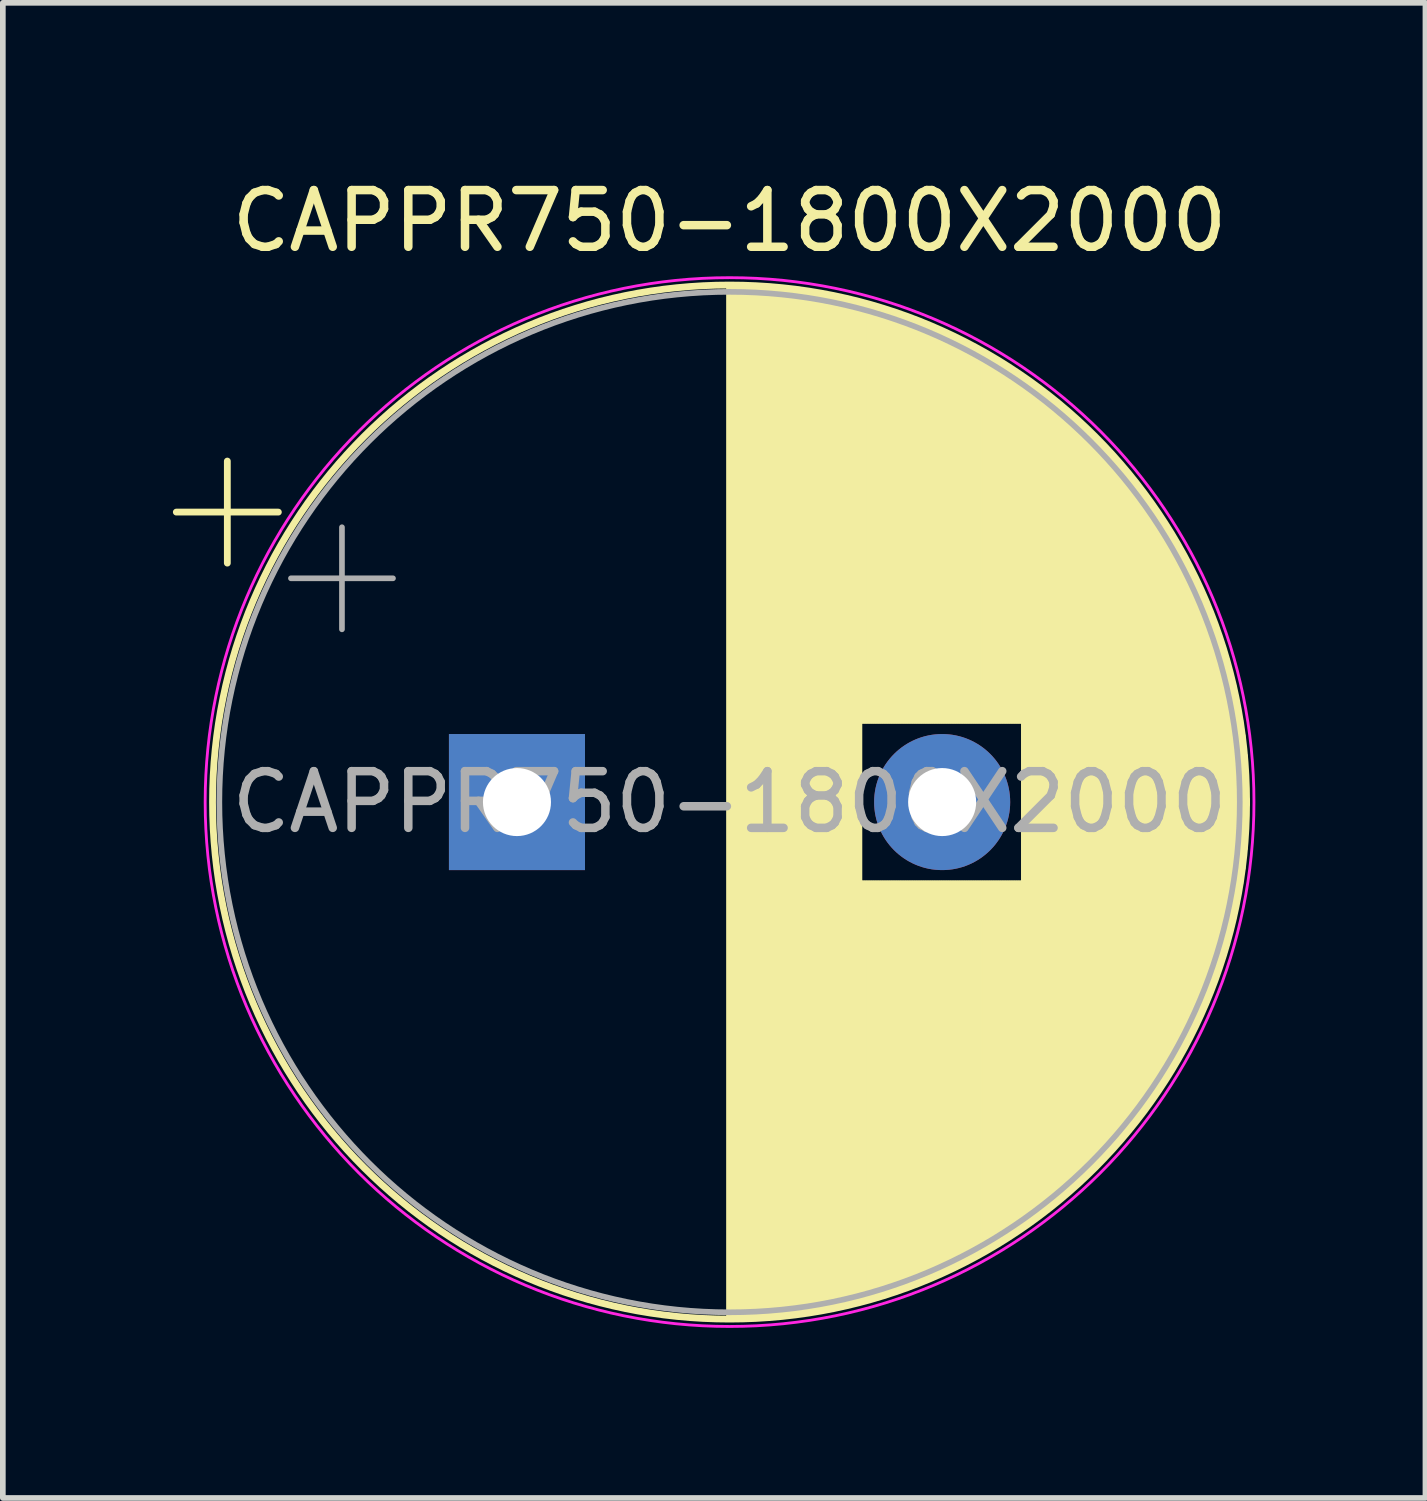
<source format=kicad_pcb>
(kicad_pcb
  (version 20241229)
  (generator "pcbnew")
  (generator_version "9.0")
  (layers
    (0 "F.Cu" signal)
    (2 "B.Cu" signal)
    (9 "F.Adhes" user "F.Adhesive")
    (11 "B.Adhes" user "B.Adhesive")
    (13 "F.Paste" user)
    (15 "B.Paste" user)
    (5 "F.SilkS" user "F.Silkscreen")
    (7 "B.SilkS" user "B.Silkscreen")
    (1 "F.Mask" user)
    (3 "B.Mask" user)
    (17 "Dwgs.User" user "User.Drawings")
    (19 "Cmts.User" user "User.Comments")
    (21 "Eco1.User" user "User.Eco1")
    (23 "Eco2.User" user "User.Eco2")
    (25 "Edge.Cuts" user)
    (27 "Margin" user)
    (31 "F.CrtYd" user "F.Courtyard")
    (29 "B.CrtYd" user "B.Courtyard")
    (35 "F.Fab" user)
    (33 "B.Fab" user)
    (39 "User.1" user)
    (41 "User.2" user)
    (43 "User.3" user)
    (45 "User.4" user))
  (footprint "CAPPR750-1800X2000"
    (layer "F.Cu")
    (at 6.069 11.098)
    (property "Reference" "CAPPR750-1800X2000" (at 3.75 -10.25 0) (layer "F.SilkS") (effects (font (size 1 1) (thickness 0.15))))
    (attr through_hole)
    (fp_line (start -6.009 -5.115) (end -4.209 -5.115) (stroke (width 0.12) (type solid)) (layer "F.SilkS"))
    (fp_line (start -5.109 -6.015) (end -5.109 -4.215) (stroke (width 0.12) (type solid)) (layer "F.SilkS"))
    (fp_line (start 3.75 -9.081) (end 3.75 9.081) (stroke (width 0.12) (type solid)) (layer "F.SilkS"))
    (fp_line (start 3.79 -9.08) (end 3.79 9.08) (stroke (width 0.12) (type solid)) (layer "F.SilkS"))
    (fp_line (start 3.83 -9.08) (end 3.83 9.08) (stroke (width 0.12) (type solid)) (layer "F.SilkS"))
    (fp_line (start 3.87 -9.08) (end 3.87 9.08) (stroke (width 0.12) (type solid)) (layer "F.SilkS"))
    (fp_line (start 3.91 -9.079) (end 3.91 9.079) (stroke (width 0.12) (type solid)) (layer "F.SilkS"))
    (fp_line (start 3.95 -9.078) (end 3.95 9.078) (stroke (width 0.12) (type solid)) (layer "F.SilkS"))
    (fp_line (start 3.99 -9.077) (end 3.99 9.077) (stroke (width 0.12) (type solid)) (layer "F.SilkS"))
    (fp_line (start 4.03 -9.076) (end 4.03 9.076) (stroke (width 0.12) (type solid)) (layer "F.SilkS"))
    (fp_line (start 4.07 -9.075) (end 4.07 9.075) (stroke (width 0.12) (type solid)) (layer "F.SilkS"))
    (fp_line (start 4.11 -9.073) (end 4.11 9.073) (stroke (width 0.12) (type solid)) (layer "F.SilkS"))
    (fp_line (start 4.15 -9.072) (end 4.15 9.072) (stroke (width 0.12) (type solid)) (layer "F.SilkS"))
    (fp_line (start 4.19 -9.07) (end 4.19 9.07) (stroke (width 0.12) (type solid)) (layer "F.SilkS"))
    (fp_line (start 4.23 -9.068) (end 4.23 9.068) (stroke (width 0.12) (type solid)) (layer "F.SilkS"))
    (fp_line (start 4.27 -9.066) (end 4.27 9.066) (stroke (width 0.12) (type solid)) (layer "F.SilkS"))
    (fp_line (start 4.31 -9.063) (end 4.31 9.063) (stroke (width 0.12) (type solid)) (layer "F.SilkS"))
    (fp_line (start 4.35 -9.061) (end 4.35 9.061) (stroke (width 0.12) (type solid)) (layer "F.SilkS"))
    (fp_line (start 4.39 -9.058) (end 4.39 9.058) (stroke (width 0.12) (type solid)) (layer "F.SilkS"))
    (fp_line (start 4.43 -9.055) (end 4.43 9.055) (stroke (width 0.12) (type solid)) (layer "F.SilkS"))
    (fp_line (start 4.471 -9.052) (end 4.471 9.052) (stroke (width 0.12) (type solid)) (layer "F.SilkS"))
    (fp_line (start 4.511 -9.049) (end 4.511 9.049) (stroke (width 0.12) (type solid)) (layer "F.SilkS"))
    (fp_line (start 4.551 -9.045) (end 4.551 9.045) (stroke (width 0.12) (type solid)) (layer "F.SilkS"))
    (fp_line (start 4.591 -9.042) (end 4.591 9.042) (stroke (width 0.12) (type solid)) (layer "F.SilkS"))
    (fp_line (start 4.631 -9.038) (end 4.631 9.038) (stroke (width 0.12) (type solid)) (layer "F.SilkS"))
    (fp_line (start 4.671 -9.034) (end 4.671 9.034) (stroke (width 0.12) (type solid)) (layer "F.SilkS"))
    (fp_line (start 4.711 -9.03) (end 4.711 9.03) (stroke (width 0.12) (type solid)) (layer "F.SilkS"))
    (fp_line (start 4.751 -9.026) (end 4.751 9.026) (stroke (width 0.12) (type solid)) (layer "F.SilkS"))
    (fp_line (start 4.791 -9.021) (end 4.791 9.021) (stroke (width 0.12) (type solid)) (layer "F.SilkS"))
    (fp_line (start 4.831 -9.016) (end 4.831 9.016) (stroke (width 0.12) (type solid)) (layer "F.SilkS"))
    (fp_line (start 4.871 -9.011) (end 4.871 9.011) (stroke (width 0.12) (type solid)) (layer "F.SilkS"))
    (fp_line (start 4.911 -9.006) (end 4.911 9.006) (stroke (width 0.12) (type solid)) (layer "F.SilkS"))
    (fp_line (start 4.951 -9.001) (end 4.951 9.001) (stroke (width 0.12) (type solid)) (layer "F.SilkS"))
    (fp_line (start 4.991 -8.996) (end 4.991 8.996) (stroke (width 0.12) (type solid)) (layer "F.SilkS"))
    (fp_line (start 5.031 -8.99) (end 5.031 8.99) (stroke (width 0.12) (type solid)) (layer "F.SilkS"))
    (fp_line (start 5.071 -8.984) (end 5.071 8.984) (stroke (width 0.12) (type solid)) (layer "F.SilkS"))
    (fp_line (start 5.111 -8.979) (end 5.111 8.979) (stroke (width 0.12) (type solid)) (layer "F.SilkS"))
    (fp_line (start 5.151 -8.972) (end 5.151 8.972) (stroke (width 0.12) (type solid)) (layer "F.SilkS"))
    (fp_line (start 5.191 -8.966) (end 5.191 8.966) (stroke (width 0.12) (type solid)) (layer "F.SilkS"))
    (fp_line (start 5.231 -8.96) (end 5.231 8.96) (stroke (width 0.12) (type solid)) (layer "F.SilkS"))
    (fp_line (start 5.271 -8.953) (end 5.271 8.953) (stroke (width 0.12) (type solid)) (layer "F.SilkS"))
    (fp_line (start 5.311 -8.946) (end 5.311 8.946) (stroke (width 0.12) (type solid)) (layer "F.SilkS"))
    (fp_line (start 5.351 -8.939) (end 5.351 8.939) (stroke (width 0.12) (type solid)) (layer "F.SilkS"))
    (fp_line (start 5.391 -8.932) (end 5.391 8.932) (stroke (width 0.12) (type solid)) (layer "F.SilkS"))
    (fp_line (start 5.431 -8.924) (end 5.431 8.924) (stroke (width 0.12) (type solid)) (layer "F.SilkS"))
    (fp_line (start 5.471 -8.917) (end 5.471 8.917) (stroke (width 0.12) (type solid)) (layer "F.SilkS"))
    (fp_line (start 5.511 -8.909) (end 5.511 8.909) (stroke (width 0.12) (type solid)) (layer "F.SilkS"))
    (fp_line (start 5.551 -8.901) (end 5.551 8.901) (stroke (width 0.12) (type solid)) (layer "F.SilkS"))
    (fp_line (start 5.591 -8.893) (end 5.591 8.893) (stroke (width 0.12) (type solid)) (layer "F.SilkS"))
    (fp_line (start 5.631 -8.885) (end 5.631 8.885) (stroke (width 0.12) (type solid)) (layer "F.SilkS"))
    (fp_line (start 5.671 -8.876) (end 5.671 8.876) (stroke (width 0.12) (type solid)) (layer "F.SilkS"))
    (fp_line (start 5.711 -8.867) (end 5.711 8.867) (stroke (width 0.12) (type solid)) (layer "F.SilkS"))
    (fp_line (start 5.751 -8.858) (end 5.751 8.858) (stroke (width 0.12) (type solid)) (layer "F.SilkS"))
    (fp_line (start 5.791 -8.849) (end 5.791 8.849) (stroke (width 0.12) (type solid)) (layer "F.SilkS"))
    (fp_line (start 5.831 -8.84) (end 5.831 8.84) (stroke (width 0.12) (type solid)) (layer "F.SilkS"))
    (fp_line (start 5.871 -8.831) (end 5.871 8.831) (stroke (width 0.12) (type solid)) (layer "F.SilkS"))
    (fp_line (start 5.911 -8.821) (end 5.911 8.821) (stroke (width 0.12) (type solid)) (layer "F.SilkS"))
    (fp_line (start 5.951 -8.811) (end 5.951 8.811) (stroke (width 0.12) (type solid)) (layer "F.SilkS"))
    (fp_line (start 5.991 -8.801) (end 5.991 8.801) (stroke (width 0.12) (type solid)) (layer "F.SilkS"))
    (fp_line (start 6.031 -8.791) (end 6.031 8.791) (stroke (width 0.12) (type solid)) (layer "F.SilkS"))
    (fp_line (start 6.071 -8.78) (end 6.071 -1.44) (stroke (width 0.12) (type solid)) (layer "F.SilkS"))
    (fp_line (start 6.071 1.44) (end 6.071 8.78) (stroke (width 0.12) (type solid)) (layer "F.SilkS"))
    (fp_line (start 6.111 -8.77) (end 6.111 -1.44) (stroke (width 0.12) (type solid)) (layer "F.SilkS"))
    (fp_line (start 6.111 1.44) (end 6.111 8.77) (stroke (width 0.12) (type solid)) (layer "F.SilkS"))
    (fp_line (start 6.151 -8.759) (end 6.151 -1.44) (stroke (width 0.12) (type solid)) (layer "F.SilkS"))
    (fp_line (start 6.151 1.44) (end 6.151 8.759) (stroke (width 0.12) (type solid)) (layer "F.SilkS"))
    (fp_line (start 6.191 -8.748) (end 6.191 -1.44) (stroke (width 0.12) (type solid)) (layer "F.SilkS"))
    (fp_line (start 6.191 1.44) (end 6.191 8.748) (stroke (width 0.12) (type solid)) (layer "F.SilkS"))
    (fp_line (start 6.231 -8.737) (end 6.231 -1.44) (stroke (width 0.12) (type solid)) (layer "F.SilkS"))
    (fp_line (start 6.231 1.44) (end 6.231 8.737) (stroke (width 0.12) (type solid)) (layer "F.SilkS"))
    (fp_line (start 6.271 -8.725) (end 6.271 -1.44) (stroke (width 0.12) (type solid)) (layer "F.SilkS"))
    (fp_line (start 6.271 1.44) (end 6.271 8.725) (stroke (width 0.12) (type solid)) (layer "F.SilkS"))
    (fp_line (start 6.311 -8.714) (end 6.311 -1.44) (stroke (width 0.12) (type solid)) (layer "F.SilkS"))
    (fp_line (start 6.311 1.44) (end 6.311 8.714) (stroke (width 0.12) (type solid)) (layer "F.SilkS"))
    (fp_line (start 6.351 -8.702) (end 6.351 -1.44) (stroke (width 0.12) (type solid)) (layer "F.SilkS"))
    (fp_line (start 6.351 1.44) (end 6.351 8.702) (stroke (width 0.12) (type solid)) (layer "F.SilkS"))
    (fp_line (start 6.391 -8.69) (end 6.391 -1.44) (stroke (width 0.12) (type solid)) (layer "F.SilkS"))
    (fp_line (start 6.391 1.44) (end 6.391 8.69) (stroke (width 0.12) (type solid)) (layer "F.SilkS"))
    (fp_line (start 6.431 -8.678) (end 6.431 -1.44) (stroke (width 0.12) (type solid)) (layer "F.SilkS"))
    (fp_line (start 6.431 1.44) (end 6.431 8.678) (stroke (width 0.12) (type solid)) (layer "F.SilkS"))
    (fp_line (start 6.471 -8.665) (end 6.471 -1.44) (stroke (width 0.12) (type solid)) (layer "F.SilkS"))
    (fp_line (start 6.471 1.44) (end 6.471 8.665) (stroke (width 0.12) (type solid)) (layer "F.SilkS"))
    (fp_line (start 6.511 -8.653) (end 6.511 -1.44) (stroke (width 0.12) (type solid)) (layer "F.SilkS"))
    (fp_line (start 6.511 1.44) (end 6.511 8.653) (stroke (width 0.12) (type solid)) (layer "F.SilkS"))
    (fp_line (start 6.551 -8.64) (end 6.551 -1.44) (stroke (width 0.12) (type solid)) (layer "F.SilkS"))
    (fp_line (start 6.551 1.44) (end 6.551 8.64) (stroke (width 0.12) (type solid)) (layer "F.SilkS"))
    (fp_line (start 6.591 -8.627) (end 6.591 -1.44) (stroke (width 0.12) (type solid)) (layer "F.SilkS"))
    (fp_line (start 6.591 1.44) (end 6.591 8.627) (stroke (width 0.12) (type solid)) (layer "F.SilkS"))
    (fp_line (start 6.631 -8.614) (end 6.631 -1.44) (stroke (width 0.12) (type solid)) (layer "F.SilkS"))
    (fp_line (start 6.631 1.44) (end 6.631 8.614) (stroke (width 0.12) (type solid)) (layer "F.SilkS"))
    (fp_line (start 6.671 -8.6) (end 6.671 -1.44) (stroke (width 0.12) (type solid)) (layer "F.SilkS"))
    (fp_line (start 6.671 1.44) (end 6.671 8.6) (stroke (width 0.12) (type solid)) (layer "F.SilkS"))
    (fp_line (start 6.711 -8.587) (end 6.711 -1.44) (stroke (width 0.12) (type solid)) (layer "F.SilkS"))
    (fp_line (start 6.711 1.44) (end 6.711 8.587) (stroke (width 0.12) (type solid)) (layer "F.SilkS"))
    (fp_line (start 6.751 -8.573) (end 6.751 -1.44) (stroke (width 0.12) (type solid)) (layer "F.SilkS"))
    (fp_line (start 6.751 1.44) (end 6.751 8.573) (stroke (width 0.12) (type solid)) (layer "F.SilkS"))
    (fp_line (start 6.791 -8.559) (end 6.791 -1.44) (stroke (width 0.12) (type solid)) (layer "F.SilkS"))
    (fp_line (start 6.791 1.44) (end 6.791 8.559) (stroke (width 0.12) (type solid)) (layer "F.SilkS"))
    (fp_line (start 6.831 -8.545) (end 6.831 -1.44) (stroke (width 0.12) (type solid)) (layer "F.SilkS"))
    (fp_line (start 6.831 1.44) (end 6.831 8.545) (stroke (width 0.12) (type solid)) (layer "F.SilkS"))
    (fp_line (start 6.871 -8.53) (end 6.871 -1.44) (stroke (width 0.12) (type solid)) (layer "F.SilkS"))
    (fp_line (start 6.871 1.44) (end 6.871 8.53) (stroke (width 0.12) (type solid)) (layer "F.SilkS"))
    (fp_line (start 6.911 -8.516) (end 6.911 -1.44) (stroke (width 0.12) (type solid)) (layer "F.SilkS"))
    (fp_line (start 6.911 1.44) (end 6.911 8.516) (stroke (width 0.12) (type solid)) (layer "F.SilkS"))
    (fp_line (start 6.951 -8.501) (end 6.951 -1.44) (stroke (width 0.12) (type solid)) (layer "F.SilkS"))
    (fp_line (start 6.951 1.44) (end 6.951 8.501) (stroke (width 0.12) (type solid)) (layer "F.SilkS"))
    (fp_line (start 6.991 -8.486) (end 6.991 -1.44) (stroke (width 0.12) (type solid)) (layer "F.SilkS"))
    (fp_line (start 6.991 1.44) (end 6.991 8.486) (stroke (width 0.12) (type solid)) (layer "F.SilkS"))
    (fp_line (start 7.031 -8.47) (end 7.031 -1.44) (stroke (width 0.12) (type solid)) (layer "F.SilkS"))
    (fp_line (start 7.031 1.44) (end 7.031 8.47) (stroke (width 0.12) (type solid)) (layer "F.SilkS"))
    (fp_line (start 7.071 -8.455) (end 7.071 -1.44) (stroke (width 0.12) (type solid)) (layer "F.SilkS"))
    (fp_line (start 7.071 1.44) (end 7.071 8.455) (stroke (width 0.12) (type solid)) (layer "F.SilkS"))
    (fp_line (start 7.111 -8.439) (end 7.111 -1.44) (stroke (width 0.12) (type solid)) (layer "F.SilkS"))
    (fp_line (start 7.111 1.44) (end 7.111 8.439) (stroke (width 0.12) (type solid)) (layer "F.SilkS"))
    (fp_line (start 7.151 -8.423) (end 7.151 -1.44) (stroke (width 0.12) (type solid)) (layer "F.SilkS"))
    (fp_line (start 7.151 1.44) (end 7.151 8.423) (stroke (width 0.12) (type solid)) (layer "F.SilkS"))
    (fp_line (start 7.191 -8.407) (end 7.191 -1.44) (stroke (width 0.12) (type solid)) (layer "F.SilkS"))
    (fp_line (start 7.191 1.44) (end 7.191 8.407) (stroke (width 0.12) (type solid)) (layer "F.SilkS"))
    (fp_line (start 7.231 -8.39) (end 7.231 -1.44) (stroke (width 0.12) (type solid)) (layer "F.SilkS"))
    (fp_line (start 7.231 1.44) (end 7.231 8.39) (stroke (width 0.12) (type solid)) (layer "F.SilkS"))
    (fp_line (start 7.271 -8.374) (end 7.271 -1.44) (stroke (width 0.12) (type solid)) (layer "F.SilkS"))
    (fp_line (start 7.271 1.44) (end 7.271 8.374) (stroke (width 0.12) (type solid)) (layer "F.SilkS"))
    (fp_line (start 7.311 -8.357) (end 7.311 -1.44) (stroke (width 0.12) (type solid)) (layer "F.SilkS"))
    (fp_line (start 7.311 1.44) (end 7.311 8.357) (stroke (width 0.12) (type solid)) (layer "F.SilkS"))
    (fp_line (start 7.351 -8.34) (end 7.351 -1.44) (stroke (width 0.12) (type solid)) (layer "F.SilkS"))
    (fp_line (start 7.351 1.44) (end 7.351 8.34) (stroke (width 0.12) (type solid)) (layer "F.SilkS"))
    (fp_line (start 7.391 -8.323) (end 7.391 -1.44) (stroke (width 0.12) (type solid)) (layer "F.SilkS"))
    (fp_line (start 7.391 1.44) (end 7.391 8.323) (stroke (width 0.12) (type solid)) (layer "F.SilkS"))
    (fp_line (start 7.431 -8.305) (end 7.431 -1.44) (stroke (width 0.12) (type solid)) (layer "F.SilkS"))
    (fp_line (start 7.431 1.44) (end 7.431 8.305) (stroke (width 0.12) (type solid)) (layer "F.SilkS"))
    (fp_line (start 7.471 -8.287) (end 7.471 -1.44) (stroke (width 0.12) (type solid)) (layer "F.SilkS"))
    (fp_line (start 7.471 1.44) (end 7.471 8.287) (stroke (width 0.12) (type solid)) (layer "F.SilkS"))
    (fp_line (start 7.511 -8.269) (end 7.511 -1.44) (stroke (width 0.12) (type solid)) (layer "F.SilkS"))
    (fp_line (start 7.511 1.44) (end 7.511 8.269) (stroke (width 0.12) (type solid)) (layer "F.SilkS"))
    (fp_line (start 7.551 -8.251) (end 7.551 -1.44) (stroke (width 0.12) (type solid)) (layer "F.SilkS"))
    (fp_line (start 7.551 1.44) (end 7.551 8.251) (stroke (width 0.12) (type solid)) (layer "F.SilkS"))
    (fp_line (start 7.591 -8.233) (end 7.591 -1.44) (stroke (width 0.12) (type solid)) (layer "F.SilkS"))
    (fp_line (start 7.591 1.44) (end 7.591 8.233) (stroke (width 0.12) (type solid)) (layer "F.SilkS"))
    (fp_line (start 7.631 -8.214) (end 7.631 -1.44) (stroke (width 0.12) (type solid)) (layer "F.SilkS"))
    (fp_line (start 7.631 1.44) (end 7.631 8.214) (stroke (width 0.12) (type solid)) (layer "F.SilkS"))
    (fp_line (start 7.671 -8.195) (end 7.671 -1.44) (stroke (width 0.12) (type solid)) (layer "F.SilkS"))
    (fp_line (start 7.671 1.44) (end 7.671 8.195) (stroke (width 0.12) (type solid)) (layer "F.SilkS"))
    (fp_line (start 7.711 -8.176) (end 7.711 -1.44) (stroke (width 0.12) (type solid)) (layer "F.SilkS"))
    (fp_line (start 7.711 1.44) (end 7.711 8.176) (stroke (width 0.12) (type solid)) (layer "F.SilkS"))
    (fp_line (start 7.751 -8.156) (end 7.751 -1.44) (stroke (width 0.12) (type solid)) (layer "F.SilkS"))
    (fp_line (start 7.751 1.44) (end 7.751 8.156) (stroke (width 0.12) (type solid)) (layer "F.SilkS"))
    (fp_line (start 7.791 -8.137) (end 7.791 -1.44) (stroke (width 0.12) (type solid)) (layer "F.SilkS"))
    (fp_line (start 7.791 1.44) (end 7.791 8.137) (stroke (width 0.12) (type solid)) (layer "F.SilkS"))
    (fp_line (start 7.831 -8.117) (end 7.831 -1.44) (stroke (width 0.12) (type solid)) (layer "F.SilkS"))
    (fp_line (start 7.831 1.44) (end 7.831 8.117) (stroke (width 0.12) (type solid)) (layer "F.SilkS"))
    (fp_line (start 7.871 -8.097) (end 7.871 -1.44) (stroke (width 0.12) (type solid)) (layer "F.SilkS"))
    (fp_line (start 7.871 1.44) (end 7.871 8.097) (stroke (width 0.12) (type solid)) (layer "F.SilkS"))
    (fp_line (start 7.911 -8.076) (end 7.911 -1.44) (stroke (width 0.12) (type solid)) (layer "F.SilkS"))
    (fp_line (start 7.911 1.44) (end 7.911 8.076) (stroke (width 0.12) (type solid)) (layer "F.SilkS"))
    (fp_line (start 7.951 -8.056) (end 7.951 -1.44) (stroke (width 0.12) (type solid)) (layer "F.SilkS"))
    (fp_line (start 7.951 1.44) (end 7.951 8.056) (stroke (width 0.12) (type solid)) (layer "F.SilkS"))
    (fp_line (start 7.991 -8.035) (end 7.991 -1.44) (stroke (width 0.12) (type solid)) (layer "F.SilkS"))
    (fp_line (start 7.991 1.44) (end 7.991 8.035) (stroke (width 0.12) (type solid)) (layer "F.SilkS"))
    (fp_line (start 8.031 -8.014) (end 8.031 -1.44) (stroke (width 0.12) (type solid)) (layer "F.SilkS"))
    (fp_line (start 8.031 1.44) (end 8.031 8.014) (stroke (width 0.12) (type solid)) (layer "F.SilkS"))
    (fp_line (start 8.071 -7.992) (end 8.071 -1.44) (stroke (width 0.12) (type solid)) (layer "F.SilkS"))
    (fp_line (start 8.071 1.44) (end 8.071 7.992) (stroke (width 0.12) (type solid)) (layer "F.SilkS"))
    (fp_line (start 8.111 -7.971) (end 8.111 -1.44) (stroke (width 0.12) (type solid)) (layer "F.SilkS"))
    (fp_line (start 8.111 1.44) (end 8.111 7.971) (stroke (width 0.12) (type solid)) (layer "F.SilkS"))
    (fp_line (start 8.151 -7.949) (end 8.151 -1.44) (stroke (width 0.12) (type solid)) (layer "F.SilkS"))
    (fp_line (start 8.151 1.44) (end 8.151 7.949) (stroke (width 0.12) (type solid)) (layer "F.SilkS"))
    (fp_line (start 8.191 -7.927) (end 8.191 -1.44) (stroke (width 0.12) (type solid)) (layer "F.SilkS"))
    (fp_line (start 8.191 1.44) (end 8.191 7.927) (stroke (width 0.12) (type solid)) (layer "F.SilkS"))
    (fp_line (start 8.231 -7.904) (end 8.231 -1.44) (stroke (width 0.12) (type solid)) (layer "F.SilkS"))
    (fp_line (start 8.231 1.44) (end 8.231 7.904) (stroke (width 0.12) (type solid)) (layer "F.SilkS"))
    (fp_line (start 8.271 -7.882) (end 8.271 -1.44) (stroke (width 0.12) (type solid)) (layer "F.SilkS"))
    (fp_line (start 8.271 1.44) (end 8.271 7.882) (stroke (width 0.12) (type solid)) (layer "F.SilkS"))
    (fp_line (start 8.311 -7.859) (end 8.311 -1.44) (stroke (width 0.12) (type solid)) (layer "F.SilkS"))
    (fp_line (start 8.311 1.44) (end 8.311 7.859) (stroke (width 0.12) (type solid)) (layer "F.SilkS"))
    (fp_line (start 8.351 -7.835) (end 8.351 -1.44) (stroke (width 0.12) (type solid)) (layer "F.SilkS"))
    (fp_line (start 8.351 1.44) (end 8.351 7.835) (stroke (width 0.12) (type solid)) (layer "F.SilkS"))
    (fp_line (start 8.391 -7.812) (end 8.391 -1.44) (stroke (width 0.12) (type solid)) (layer "F.SilkS"))
    (fp_line (start 8.391 1.44) (end 8.391 7.812) (stroke (width 0.12) (type solid)) (layer "F.SilkS"))
    (fp_line (start 8.431 -7.788) (end 8.431 -1.44) (stroke (width 0.12) (type solid)) (layer "F.SilkS"))
    (fp_line (start 8.431 1.44) (end 8.431 7.788) (stroke (width 0.12) (type solid)) (layer "F.SilkS"))
    (fp_line (start 8.471 -7.764) (end 8.471 -1.44) (stroke (width 0.12) (type solid)) (layer "F.SilkS"))
    (fp_line (start 8.471 1.44) (end 8.471 7.764) (stroke (width 0.12) (type solid)) (layer "F.SilkS"))
    (fp_line (start 8.511 -7.74) (end 8.511 -1.44) (stroke (width 0.12) (type solid)) (layer "F.SilkS"))
    (fp_line (start 8.511 1.44) (end 8.511 7.74) (stroke (width 0.12) (type solid)) (layer "F.SilkS"))
    (fp_line (start 8.551 -7.715) (end 8.551 -1.44) (stroke (width 0.12) (type solid)) (layer "F.SilkS"))
    (fp_line (start 8.551 1.44) (end 8.551 7.715) (stroke (width 0.12) (type solid)) (layer "F.SilkS"))
    (fp_line (start 8.591 -7.69) (end 8.591 -1.44) (stroke (width 0.12) (type solid)) (layer "F.SilkS"))
    (fp_line (start 8.591 1.44) (end 8.591 7.69) (stroke (width 0.12) (type solid)) (layer "F.SilkS"))
    (fp_line (start 8.631 -7.665) (end 8.631 -1.44) (stroke (width 0.12) (type solid)) (layer "F.SilkS"))
    (fp_line (start 8.631 1.44) (end 8.631 7.665) (stroke (width 0.12) (type solid)) (layer "F.SilkS"))
    (fp_line (start 8.671 -7.64) (end 8.671 -1.44) (stroke (width 0.12) (type solid)) (layer "F.SilkS"))
    (fp_line (start 8.671 1.44) (end 8.671 7.64) (stroke (width 0.12) (type solid)) (layer "F.SilkS"))
    (fp_line (start 8.711 -7.614) (end 8.711 -1.44) (stroke (width 0.12) (type solid)) (layer "F.SilkS"))
    (fp_line (start 8.711 1.44) (end 8.711 7.614) (stroke (width 0.12) (type solid)) (layer "F.SilkS"))
    (fp_line (start 8.751 -7.588) (end 8.751 -1.44) (stroke (width 0.12) (type solid)) (layer "F.SilkS"))
    (fp_line (start 8.751 1.44) (end 8.751 7.588) (stroke (width 0.12) (type solid)) (layer "F.SilkS"))
    (fp_line (start 8.791 -7.561) (end 8.791 -1.44) (stroke (width 0.12) (type solid)) (layer "F.SilkS"))
    (fp_line (start 8.791 1.44) (end 8.791 7.561) (stroke (width 0.12) (type solid)) (layer "F.SilkS"))
    (fp_line (start 8.831 -7.535) (end 8.831 -1.44) (stroke (width 0.12) (type solid)) (layer "F.SilkS"))
    (fp_line (start 8.831 1.44) (end 8.831 7.535) (stroke (width 0.12) (type solid)) (layer "F.SilkS"))
    (fp_line (start 8.871 -7.508) (end 8.871 -1.44) (stroke (width 0.12) (type solid)) (layer "F.SilkS"))
    (fp_line (start 8.871 1.44) (end 8.871 7.508) (stroke (width 0.12) (type solid)) (layer "F.SilkS"))
    (fp_line (start 8.911 -7.48) (end 8.911 -1.44) (stroke (width 0.12) (type solid)) (layer "F.SilkS"))
    (fp_line (start 8.911 1.44) (end 8.911 7.48) (stroke (width 0.12) (type solid)) (layer "F.SilkS"))
    (fp_line (start 8.951 -7.453) (end 8.951 7.453) (stroke (width 0.12) (type solid)) (layer "F.SilkS"))
    (fp_line (start 8.991 -7.425) (end 8.991 7.425) (stroke (width 0.12) (type solid)) (layer "F.SilkS"))
    (fp_line (start 9.031 -7.397) (end 9.031 7.397) (stroke (width 0.12) (type solid)) (layer "F.SilkS"))
    (fp_line (start 9.071 -7.368) (end 9.071 7.368) (stroke (width 0.12) (type solid)) (layer "F.SilkS"))
    (fp_line (start 9.111 -7.339) (end 9.111 7.339) (stroke (width 0.12) (type solid)) (layer "F.SilkS"))
    (fp_line (start 9.151 -7.31) (end 9.151 7.31) (stroke (width 0.12) (type solid)) (layer "F.SilkS"))
    (fp_line (start 9.191 -7.28) (end 9.191 7.28) (stroke (width 0.12) (type solid)) (layer "F.SilkS"))
    (fp_line (start 9.231 -7.25) (end 9.231 7.25) (stroke (width 0.12) (type solid)) (layer "F.SilkS"))
    (fp_line (start 9.271 -7.22) (end 9.271 7.22) (stroke (width 0.12) (type solid)) (layer "F.SilkS"))
    (fp_line (start 9.311 -7.19) (end 9.311 7.19) (stroke (width 0.12) (type solid)) (layer "F.SilkS"))
    (fp_line (start 9.351 -7.159) (end 9.351 7.159) (stroke (width 0.12) (type solid)) (layer "F.SilkS"))
    (fp_line (start 9.391 -7.127) (end 9.391 7.127) (stroke (width 0.12) (type solid)) (layer "F.SilkS"))
    (fp_line (start 9.431 -7.096) (end 9.431 7.096) (stroke (width 0.12) (type solid)) (layer "F.SilkS"))
    (fp_line (start 9.471 -7.064) (end 9.471 7.064) (stroke (width 0.12) (type solid)) (layer "F.SilkS"))
    (fp_line (start 9.511 -7.031) (end 9.511 7.031) (stroke (width 0.12) (type solid)) (layer "F.SilkS"))
    (fp_line (start 9.551 -6.999) (end 9.551 6.999) (stroke (width 0.12) (type solid)) (layer "F.SilkS"))
    (fp_line (start 9.591 -6.965) (end 9.591 6.965) (stroke (width 0.12) (type solid)) (layer "F.SilkS"))
    (fp_line (start 9.631 -6.932) (end 9.631 6.932) (stroke (width 0.12) (type solid)) (layer "F.SilkS"))
    (fp_line (start 9.671 -6.898) (end 9.671 6.898) (stroke (width 0.12) (type solid)) (layer "F.SilkS"))
    (fp_line (start 9.711 -6.864) (end 9.711 6.864) (stroke (width 0.12) (type solid)) (layer "F.SilkS"))
    (fp_line (start 9.751 -6.829) (end 9.751 6.829) (stroke (width 0.12) (type solid)) (layer "F.SilkS"))
    (fp_line (start 9.791 -6.794) (end 9.791 6.794) (stroke (width 0.12) (type solid)) (layer "F.SilkS"))
    (fp_line (start 9.831 -6.758) (end 9.831 6.758) (stroke (width 0.12) (type solid)) (layer "F.SilkS"))
    (fp_line (start 9.871 -6.722) (end 9.871 6.722) (stroke (width 0.12) (type solid)) (layer "F.SilkS"))
    (fp_line (start 9.911 -6.686) (end 9.911 6.686) (stroke (width 0.12) (type solid)) (layer "F.SilkS"))
    (fp_line (start 9.951 -6.649) (end 9.951 6.649) (stroke (width 0.12) (type solid)) (layer "F.SilkS"))
    (fp_line (start 9.991 -6.612) (end 9.991 6.612) (stroke (width 0.12) (type solid)) (layer "F.SilkS"))
    (fp_line (start 10.031 -6.574) (end 10.031 6.574) (stroke (width 0.12) (type solid)) (layer "F.SilkS"))
    (fp_line (start 10.071 -6.536) (end 10.071 6.536) (stroke (width 0.12) (type solid)) (layer "F.SilkS"))
    (fp_line (start 10.111 -6.497) (end 10.111 6.497) (stroke (width 0.12) (type solid)) (layer "F.SilkS"))
    (fp_line (start 10.151 -6.458) (end 10.151 6.458) (stroke (width 0.12) (type solid)) (layer "F.SilkS"))
    (fp_line (start 10.191 -6.418) (end 10.191 6.418) (stroke (width 0.12) (type solid)) (layer "F.SilkS"))
    (fp_line (start 10.231 -6.378) (end 10.231 6.378) (stroke (width 0.12) (type solid)) (layer "F.SilkS"))
    (fp_line (start 10.271 -6.337) (end 10.271 6.337) (stroke (width 0.12) (type solid)) (layer "F.SilkS"))
    (fp_line (start 10.311 -6.296) (end 10.311 6.296) (stroke (width 0.12) (type solid)) (layer "F.SilkS"))
    (fp_line (start 10.351 -6.254) (end 10.351 6.254) (stroke (width 0.12) (type solid)) (layer "F.SilkS"))
    (fp_line (start 10.391 -6.212) (end 10.391 6.212) (stroke (width 0.12) (type solid)) (layer "F.SilkS"))
    (fp_line (start 10.431 -6.17) (end 10.431 6.17) (stroke (width 0.12) (type solid)) (layer "F.SilkS"))
    (fp_line (start 10.471 -6.126) (end 10.471 6.126) (stroke (width 0.12) (type solid)) (layer "F.SilkS"))
    (fp_line (start 10.511 -6.082) (end 10.511 6.082) (stroke (width 0.12) (type solid)) (layer "F.SilkS"))
    (fp_line (start 10.551 -6.038) (end 10.551 6.038) (stroke (width 0.12) (type solid)) (layer "F.SilkS"))
    (fp_line (start 10.591 -5.993) (end 10.591 5.993) (stroke (width 0.12) (type solid)) (layer "F.SilkS"))
    (fp_line (start 10.631 -5.947) (end 10.631 5.947) (stroke (width 0.12) (type solid)) (layer "F.SilkS"))
    (fp_line (start 10.671 -5.901) (end 10.671 5.901) (stroke (width 0.12) (type solid)) (layer "F.SilkS"))
    (fp_line (start 10.711 -5.854) (end 10.711 5.854) (stroke (width 0.12) (type solid)) (layer "F.SilkS"))
    (fp_line (start 10.751 -5.806) (end 10.751 5.806) (stroke (width 0.12) (type solid)) (layer "F.SilkS"))
    (fp_line (start 10.791 -5.758) (end 10.791 5.758) (stroke (width 0.12) (type solid)) (layer "F.SilkS"))
    (fp_line (start 10.831 -5.709) (end 10.831 5.709) (stroke (width 0.12) (type solid)) (layer "F.SilkS"))
    (fp_line (start 10.871 -5.66) (end 10.871 5.66) (stroke (width 0.12) (type solid)) (layer "F.SilkS"))
    (fp_line (start 10.911 -5.609) (end 10.911 5.609) (stroke (width 0.12) (type solid)) (layer "F.SilkS"))
    (fp_line (start 10.951 -5.558) (end 10.951 5.558) (stroke (width 0.12) (type solid)) (layer "F.SilkS"))
    (fp_line (start 10.991 -5.506) (end 10.991 5.506) (stroke (width 0.12) (type solid)) (layer "F.SilkS"))
    (fp_line (start 11.031 -5.454) (end 11.031 5.454) (stroke (width 0.12) (type solid)) (layer "F.SilkS"))
    (fp_line (start 11.071 -5.4) (end 11.071 5.4) (stroke (width 0.12) (type solid)) (layer "F.SilkS"))
    (fp_line (start 11.111 -5.346) (end 11.111 5.346) (stroke (width 0.12) (type solid)) (layer "F.SilkS"))
    (fp_line (start 11.151 -5.291) (end 11.151 5.291) (stroke (width 0.12) (type solid)) (layer "F.SilkS"))
    (fp_line (start 11.191 -5.235) (end 11.191 5.235) (stroke (width 0.12) (type solid)) (layer "F.SilkS"))
    (fp_line (start 11.231 -5.178) (end 11.231 5.178) (stroke (width 0.12) (type solid)) (layer "F.SilkS"))
    (fp_line (start 11.271 -5.12) (end 11.271 5.12) (stroke (width 0.12) (type solid)) (layer "F.SilkS"))
    (fp_line (start 11.311 -5.062) (end 11.311 5.062) (stroke (width 0.12) (type solid)) (layer "F.SilkS"))
    (fp_line (start 11.351 -5.002) (end 11.351 5.002) (stroke (width 0.12) (type solid)) (layer "F.SilkS"))
    (fp_line (start 11.391 -4.941) (end 11.391 4.941) (stroke (width 0.12) (type solid)) (layer "F.SilkS"))
    (fp_line (start 11.431 -4.879) (end 11.431 4.879) (stroke (width 0.12) (type solid)) (layer "F.SilkS"))
    (fp_line (start 11.471 -4.816) (end 11.471 4.816) (stroke (width 0.12) (type solid)) (layer "F.SilkS"))
    (fp_line (start 11.511 -4.752) (end 11.511 4.752) (stroke (width 0.12) (type solid)) (layer "F.SilkS"))
    (fp_line (start 11.551 -4.686) (end 11.551 4.686) (stroke (width 0.12) (type solid)) (layer "F.SilkS"))
    (fp_line (start 11.591 -4.62) (end 11.591 4.62) (stroke (width 0.12) (type solid)) (layer "F.SilkS"))
    (fp_line (start 11.631 -4.552) (end 11.631 4.552) (stroke (width 0.12) (type solid)) (layer "F.SilkS"))
    (fp_line (start 11.671 -4.482) (end 11.671 4.482) (stroke (width 0.12) (type solid)) (layer "F.SilkS"))
    (fp_line (start 11.711 -4.412) (end 11.711 4.412) (stroke (width 0.12) (type solid)) (layer "F.SilkS"))
    (fp_line (start 11.751 -4.339) (end 11.751 4.339) (stroke (width 0.12) (type solid)) (layer "F.SilkS"))
    (fp_line (start 11.791 -4.265) (end 11.791 4.265) (stroke (width 0.12) (type solid)) (layer "F.SilkS"))
    (fp_line (start 11.831 -4.19) (end 11.831 4.19) (stroke (width 0.12) (type solid)) (layer "F.SilkS"))
    (fp_line (start 11.871 -4.113) (end 11.871 4.113) (stroke (width 0.12) (type solid)) (layer "F.SilkS"))
    (fp_line (start 11.911 -4.033) (end 11.911 4.033) (stroke (width 0.12) (type solid)) (layer "F.SilkS"))
    (fp_line (start 11.95 -3.952) (end 11.95 3.952) (stroke (width 0.12) (type solid)) (layer "F.SilkS"))
    (fp_line (start 11.99 -3.869) (end 11.99 3.869) (stroke (width 0.12) (type solid)) (layer "F.SilkS"))
    (fp_line (start 12.03 -3.784) (end 12.03 3.784) (stroke (width 0.12) (type solid)) (layer "F.SilkS"))
    (fp_line (start 12.07 -3.696) (end 12.07 3.696) (stroke (width 0.12) (type solid)) (layer "F.SilkS"))
    (fp_line (start 12.11 -3.605) (end 12.11 3.605) (stroke (width 0.12) (type solid)) (layer "F.SilkS"))
    (fp_line (start 12.15 -3.512) (end 12.15 3.512) (stroke (width 0.12) (type solid)) (layer "F.SilkS"))
    (fp_line (start 12.19 -3.416) (end 12.19 3.416) (stroke (width 0.12) (type solid)) (layer "F.SilkS"))
    (fp_line (start 12.23 -3.317) (end 12.23 3.317) (stroke (width 0.12) (type solid)) (layer "F.SilkS"))
    (fp_line (start 12.27 -3.214) (end 12.27 3.214) (stroke (width 0.12) (type solid)) (layer "F.SilkS"))
    (fp_line (start 12.31 -3.107) (end 12.31 3.107) (stroke (width 0.12) (type solid)) (layer "F.SilkS"))
    (fp_line (start 12.35 -2.996) (end 12.35 2.996) (stroke (width 0.12) (type solid)) (layer "F.SilkS"))
    (fp_line (start 12.39 -2.88) (end 12.39 2.88) (stroke (width 0.12) (type solid)) (layer "F.SilkS"))
    (fp_line (start 12.43 -2.759) (end 12.43 2.759) (stroke (width 0.12) (type solid)) (layer "F.SilkS"))
    (fp_line (start 12.47 -2.632) (end 12.47 2.632) (stroke (width 0.12) (type solid)) (layer "F.SilkS"))
    (fp_line (start 12.51 -2.498) (end 12.51 2.498) (stroke (width 0.12) (type solid)) (layer "F.SilkS"))
    (fp_line (start 12.55 -2.355) (end 12.55 2.355) (stroke (width 0.12) (type solid)) (layer "F.SilkS"))
    (fp_line (start 12.59 -2.203) (end 12.59 2.203) (stroke (width 0.12) (type solid)) (layer "F.SilkS"))
    (fp_line (start 12.63 -2.039) (end 12.63 2.039) (stroke (width 0.12) (type solid)) (layer "F.SilkS"))
    (fp_line (start 12.67 -1.86) (end 12.67 1.86) (stroke (width 0.12) (type solid)) (layer "F.SilkS"))
    (fp_line (start 12.71 -1.661) (end 12.71 1.661) (stroke (width 0.12) (type solid)) (layer "F.SilkS"))
    (fp_line (start 12.75 -1.435) (end 12.75 1.435) (stroke (width 0.12) (type solid)) (layer "F.SilkS"))
    (fp_line (start 12.79 -1.166) (end 12.79 1.166) (stroke (width 0.12) (type solid)) (layer "F.SilkS"))
    (fp_line (start 12.83 -0.814) (end 12.83 0.814) (stroke (width 0.12) (type solid)) (layer "F.SilkS"))
    (fp_line (start 12.87 -0.04) (end 12.87 0.04) (stroke (width 0.12) (type solid)) (layer "F.SilkS"))
    (fp_circle (center 3.75 0) (end 12.87 0) (stroke (width 0.12) (type solid)) (fill no) (layer "F.SilkS"))
    (fp_circle (center 3.75 0) (end 13 0) (stroke (width 0.05) (type solid)) (fill no) (layer "F.CrtYd"))
    (fp_line (start -3.987 -3.947) (end -2.187 -3.947) (stroke (width 0.1) (type solid)) (layer "F.Fab"))
    (fp_line (start -3.087 -4.848) (end -3.087 -3.047) (stroke (width 0.1) (type solid)) (layer "F.Fab"))
    (fp_circle (center 3.75 0) (end 12.75 0) (stroke (width 0.1) (type solid)) (fill no) (layer "F.Fab"))
    (fp_text user "${REFERENCE}" (at 3.75 0 0) (layer "F.Fab") (effects (font (size 1 1) (thickness 0.15))))
    (pad "1" thru_hole rect (at 0 0) (size 2.4 2.4) (drill 1.2) (layers "*.Cu" "*.Mask"))
    (pad "2" thru_hole circle (at 7.5 0) (size 2.4 2.4) (drill 1.2) (layers "*.Cu" "*.Mask")))
  (gr_rect
    (start -3 -3)
    (end 22.094 23.373)
    (stroke (width 0.1) (type default))
    (fill no)
    (layer "Edge.Cuts")))
</source>
